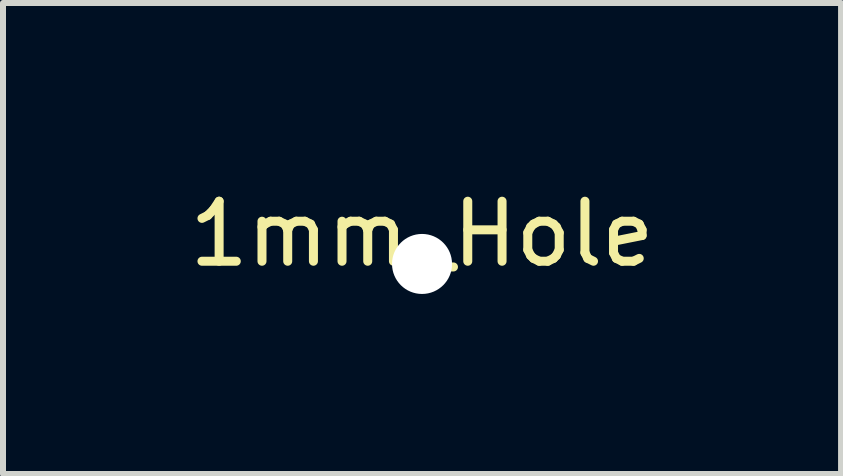
<source format=kicad_pcb>
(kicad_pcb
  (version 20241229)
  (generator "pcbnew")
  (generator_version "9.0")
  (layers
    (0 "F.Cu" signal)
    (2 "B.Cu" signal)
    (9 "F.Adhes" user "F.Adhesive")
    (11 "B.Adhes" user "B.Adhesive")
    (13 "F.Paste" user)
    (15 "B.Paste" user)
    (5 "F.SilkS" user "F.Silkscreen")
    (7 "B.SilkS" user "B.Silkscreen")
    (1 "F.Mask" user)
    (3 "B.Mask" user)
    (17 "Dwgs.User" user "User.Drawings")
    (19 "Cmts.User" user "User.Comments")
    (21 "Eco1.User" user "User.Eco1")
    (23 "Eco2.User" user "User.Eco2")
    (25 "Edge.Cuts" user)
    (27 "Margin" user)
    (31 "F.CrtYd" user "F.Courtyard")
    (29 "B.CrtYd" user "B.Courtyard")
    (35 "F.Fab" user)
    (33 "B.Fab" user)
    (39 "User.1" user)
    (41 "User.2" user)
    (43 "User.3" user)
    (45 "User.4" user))
  (footprint "1mm_Hole"
    (layer "F.Cu")
    (at 3.982 1.348)
    (property "Reference" "1mm_Hole" (at 0 -0.5 0) (unlocked yes) (layer "F.SilkS") (effects (font (size 1 1) (thickness 0.15))))
    (attr through_hole)
    (pad "" np_thru_hole circle (at 0 0) (size 1 1) (drill 1) (layers "*.Cu" "*.Mask")))
  (gr_rect
    (start -3 -3)
    (end 10.964 4.848)
    (stroke (width 0.1) (type default))
    (fill no)
    (layer "Edge.Cuts")))
</source>
